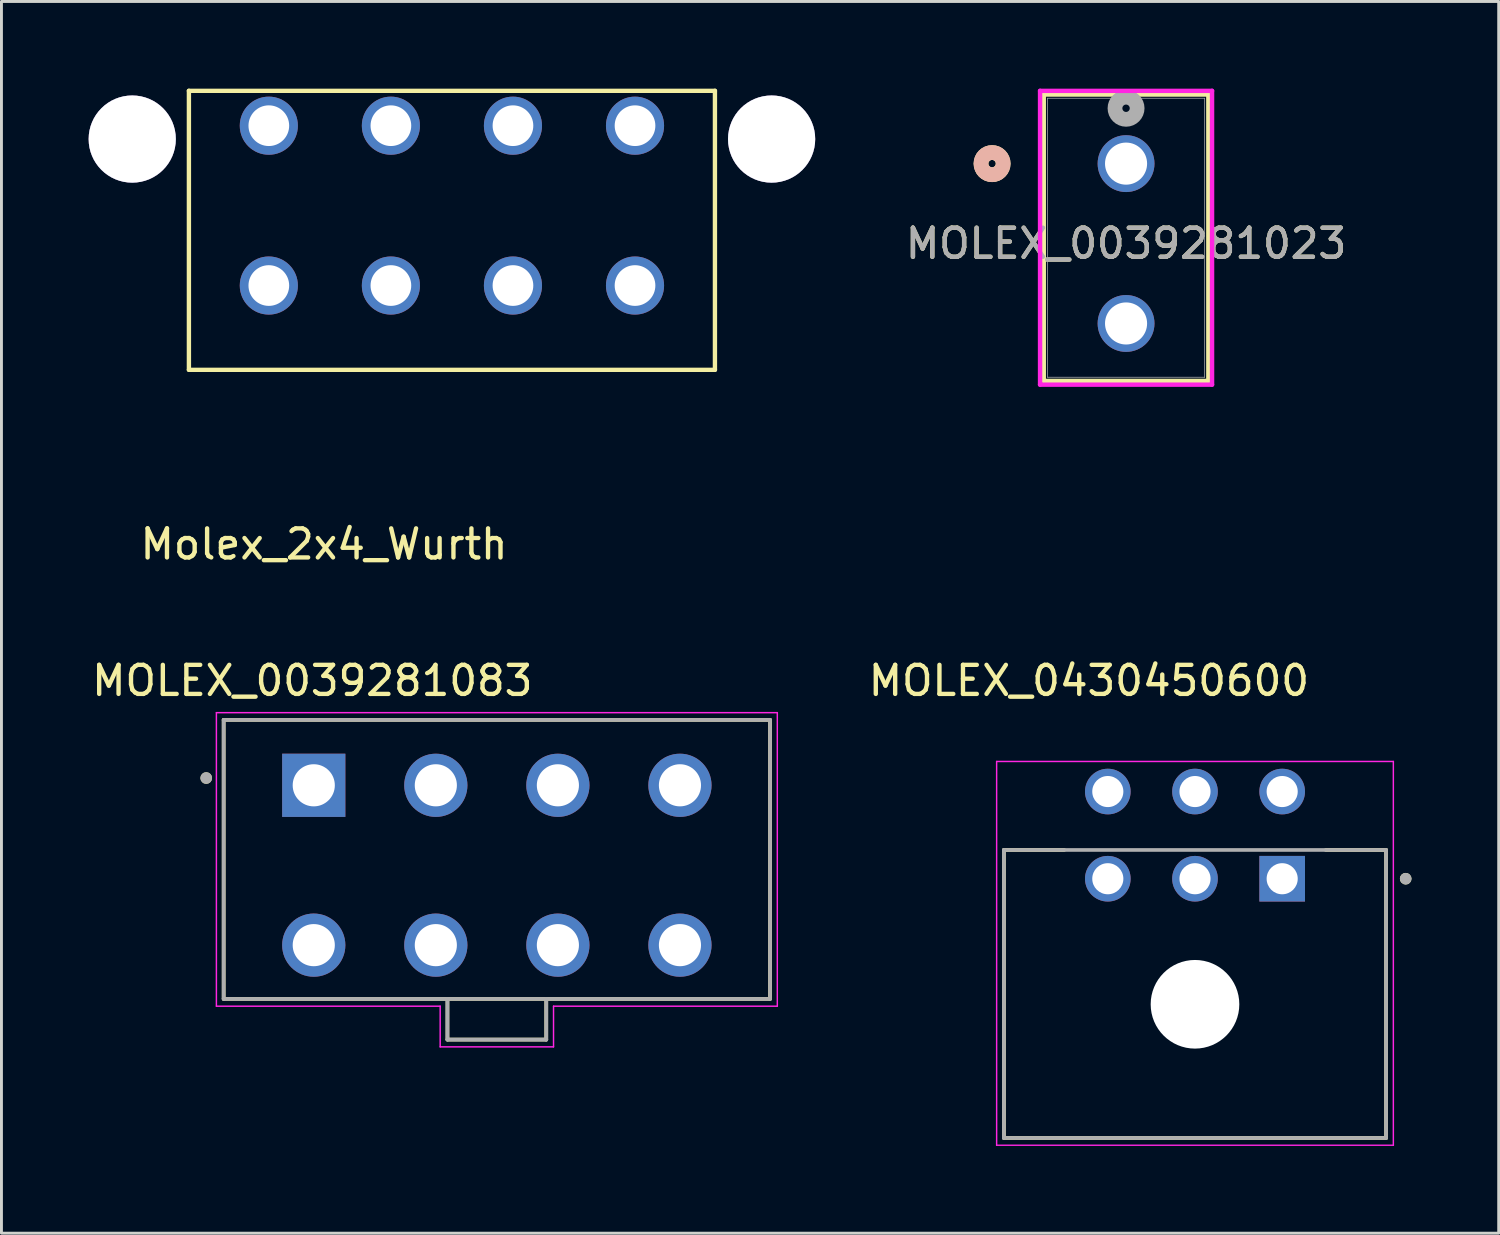
<source format=kicad_pcb>
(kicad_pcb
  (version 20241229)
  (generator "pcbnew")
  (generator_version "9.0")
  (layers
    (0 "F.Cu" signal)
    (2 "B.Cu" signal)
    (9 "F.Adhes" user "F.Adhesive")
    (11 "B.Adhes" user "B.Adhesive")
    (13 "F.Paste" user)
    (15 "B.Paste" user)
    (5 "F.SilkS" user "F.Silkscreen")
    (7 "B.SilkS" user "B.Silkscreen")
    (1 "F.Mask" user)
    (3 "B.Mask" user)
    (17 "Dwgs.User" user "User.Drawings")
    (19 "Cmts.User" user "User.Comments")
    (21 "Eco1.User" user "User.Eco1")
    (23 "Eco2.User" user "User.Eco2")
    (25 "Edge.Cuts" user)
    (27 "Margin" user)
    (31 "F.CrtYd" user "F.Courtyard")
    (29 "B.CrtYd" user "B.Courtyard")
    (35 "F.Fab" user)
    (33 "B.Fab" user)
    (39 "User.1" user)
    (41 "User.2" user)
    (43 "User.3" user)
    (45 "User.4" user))
  (footprint "MOLEX_0430450600"
    (layer "F.Cu")
    (at 38.068 31.506)
    (property "Reference" "MOLEX_0430450600" (at -3.65 -11.135 0) (layer "F.SilkS") (effects (font (size 1 1) (thickness 0.15))))
    (attr through_hole)
    (fp_line (start -6.575 -5.31) (end -6.575 4.6) (stroke (width 0.127) (type solid)) (layer "F.SilkS"))
    (fp_line (start -6.575 4.6) (end 6.575 4.6) (stroke (width 0.127) (type solid)) (layer "F.SilkS"))
    (fp_line (start -4.5 -5.31) (end -6.575 -5.31) (stroke (width 0.127) (type solid)) (layer "F.SilkS"))
    (fp_line (start 6.575 -5.31) (end 4.5 -5.31) (stroke (width 0.127) (type solid)) (layer "F.SilkS"))
    (fp_line (start 6.575 4.6) (end 6.575 -5.31) (stroke (width 0.127) (type solid)) (layer "F.SilkS"))
    (fp_circle (center 7.25 -4.32) (end 7.35 -4.32) (stroke (width 0.2) (type solid)) (fill no) (layer "F.SilkS"))
    (fp_line (start -6.825 -8.355) (end 6.825 -8.355) (stroke (width 0.05) (type solid)) (layer "F.CrtYd"))
    (fp_line (start -6.825 4.85) (end -6.825 -8.355) (stroke (width 0.05) (type solid)) (layer "F.CrtYd"))
    (fp_line (start 6.825 -8.355) (end 6.825 4.85) (stroke (width 0.05) (type solid)) (layer "F.CrtYd"))
    (fp_line (start 6.825 4.85) (end -6.825 4.85) (stroke (width 0.05) (type solid)) (layer "F.CrtYd"))
    (fp_line (start -6.575 -5.31) (end -6.575 4.6) (stroke (width 0.127) (type solid)) (layer "F.Fab"))
    (fp_line (start -6.575 4.6) (end 6.575 4.6) (stroke (width 0.127) (type solid)) (layer "F.Fab"))
    (fp_line (start 6.575 -5.31) (end -6.575 -5.31) (stroke (width 0.127) (type solid)) (layer "F.Fab"))
    (fp_line (start 6.575 4.6) (end 6.575 -5.31) (stroke (width 0.127) (type solid)) (layer "F.Fab"))
    (fp_circle (center 7.25 -4.32) (end 7.35 -4.32) (stroke (width 0.2) (type solid)) (fill no) (layer "F.Fab"))
    (pad "" np_thru_hole circle (at 0 0) (size 3.05 3.05) (drill 3.05) (layers "*.Cu" "*.Mask"))
    (pad "1" thru_hole rect (at 3 -4.32) (size 1.57 1.57) (drill 1.07) (layers "*.Cu" "*.Mask"))
    (pad "2" thru_hole circle (at 0 -4.32) (size 1.57 1.57) (drill 1.07) (layers "*.Cu" "*.Mask"))
    (pad "3" thru_hole circle (at -3 -4.32) (size 1.57 1.57) (drill 1.07) (layers "*.Cu" "*.Mask"))
    (pad "4" thru_hole circle (at 3 -7.32) (size 1.57 1.57) (drill 1.07) (layers "*.Cu" "*.Mask"))
    (pad "5" thru_hole circle (at 0 -7.32) (size 1.57 1.57) (drill 1.07) (layers "*.Cu" "*.Mask"))
    (pad "6" thru_hole circle (at -3 -7.32) (size 1.57 1.57) (drill 1.07) (layers "*.Cu" "*.Mask")))
  (footprint "MOLEX_0039281023"
    (layer "F.Cu")
    (at 35.696 2.58)
    (property "Reference" "MOLEX_0039281023" (at 0 2.75 0) (unlocked yes) (layer "F.SilkS") (effects (font (size 1 1) (thickness 0.15))))
    (attr through_hole)
    (fp_line (start -2.832 -2.377) (end -2.832 7.478) (stroke (width 0.152) (type solid)) (layer "F.SilkS"))
    (fp_line (start -2.832 7.478) (end 2.832 7.478) (stroke (width 0.152) (type solid)) (layer "F.SilkS"))
    (fp_line (start 2.832 -2.377) (end -2.832 -2.377) (stroke (width 0.152) (type solid)) (layer "F.SilkS"))
    (fp_line (start 2.832 7.478) (end 2.832 -2.377) (stroke (width 0.152) (type solid)) (layer "F.SilkS"))
    (fp_circle (center -4.61 0) (end -4.229 0) (stroke (width 0.508) (type solid)) (fill no) (layer "F.SilkS"))
    (fp_circle (center -4.61 0) (end -4.229 0) (stroke (width 0.508) (type solid)) (fill no) (layer "B.SilkS"))
    (fp_line (start -2.959 -2.504) (end -2.959 7.605) (stroke (width 0.152) (type solid)) (layer "F.CrtYd"))
    (fp_line (start -2.959 7.605) (end 2.959 7.605) (stroke (width 0.152) (type solid)) (layer "F.CrtYd"))
    (fp_line (start 2.959 -2.504) (end -2.959 -2.504) (stroke (width 0.152) (type solid)) (layer "F.CrtYd"))
    (fp_line (start 2.959 7.605) (end 2.959 -2.504) (stroke (width 0.152) (type solid)) (layer "F.CrtYd"))
    (fp_line (start -2.705 -2.25) (end -2.705 7.351) (stroke (width 0.025) (type solid)) (layer "F.Fab"))
    (fp_line (start -2.705 7.351) (end 2.705 7.351) (stroke (width 0.025) (type solid)) (layer "F.Fab"))
    (fp_line (start 2.705 -2.25) (end -2.705 -2.25) (stroke (width 0.025) (type solid)) (layer "F.Fab"))
    (fp_line (start 2.705 7.351) (end 2.705 -2.25) (stroke (width 0.025) (type solid)) (layer "F.Fab"))
    (fp_circle (center 0 -1.905) (end 0.381 -1.905) (stroke (width 0.508) (type solid)) (fill no) (layer "F.Fab"))
    (fp_text user "${REFERENCE}" (at 0 2.75 0) (unlocked yes) (layer "F.Fab") (effects (font (size 1 1) (thickness 0.15))))
    (pad "1" thru_hole circle (at 0 0) (size 1.956 1.956) (drill 1.448) (layers "*.Cu" "*.Mask"))
    (pad "2" thru_hole circle (at 0 5.5) (size 1.956 1.956) (drill 1.448) (layers "*.Cu" "*.Mask")))
  (footprint "MOLEX_0039281083"
    (layer "F.Cu")
    (at 14.046 26.721)
    (property "Reference" "MOLEX_0039281083" (at -6.35 -6.35 0) (layer "F.SilkS") (effects (font (size 1 1) (thickness 0.15))))
    (attr through_hole)
    (fp_line (start -9.4 -5) (end -9.4 4.6) (stroke (width 0.127) (type solid)) (layer "F.SilkS"))
    (fp_line (start -9.4 4.6) (end -1.7 4.6) (stroke (width 0.127) (type solid)) (layer "F.SilkS"))
    (fp_line (start -1.7 4.6) (end 1.7 4.6) (stroke (width 0.127) (type solid)) (layer "F.SilkS"))
    (fp_line (start -1.7 6) (end -1.7 4.6) (stroke (width 0.127) (type solid)) (layer "F.SilkS"))
    (fp_line (start -1.7 6) (end 1.7 6) (stroke (width 0.127) (type solid)) (layer "F.SilkS"))
    (fp_line (start 1.7 4.6) (end 9.4 4.6) (stroke (width 0.127) (type solid)) (layer "F.SilkS"))
    (fp_line (start 1.7 6) (end 1.7 4.6) (stroke (width 0.127) (type solid)) (layer "F.SilkS"))
    (fp_line (start 9.4 -5) (end -9.4 -5) (stroke (width 0.127) (type solid)) (layer "F.SilkS"))
    (fp_line (start 9.4 4.6) (end 9.4 -5) (stroke (width 0.127) (type solid)) (layer "F.SilkS"))
    (fp_circle (center -10 -3) (end -9.9 -3) (stroke (width 0.2) (type solid)) (fill no) (layer "F.SilkS"))
    (fp_line (start -9.65 -5.25) (end -9.65 4.85) (stroke (width 0.05) (type solid)) (layer "F.CrtYd"))
    (fp_line (start -9.65 4.85) (end -1.95 4.85) (stroke (width 0.05) (type solid)) (layer "F.CrtYd"))
    (fp_line (start -1.95 6.25) (end -1.95 4.85) (stroke (width 0.05) (type solid)) (layer "F.CrtYd"))
    (fp_line (start -1.95 6.25) (end 1.95 6.25) (stroke (width 0.05) (type solid)) (layer "F.CrtYd"))
    (fp_line (start 1.95 4.85) (end 9.65 4.85) (stroke (width 0.05) (type solid)) (layer "F.CrtYd"))
    (fp_line (start 1.95 6.25) (end 1.95 4.85) (stroke (width 0.05) (type solid)) (layer "F.CrtYd"))
    (fp_line (start 9.65 -5.25) (end -9.65 -5.25) (stroke (width 0.05) (type solid)) (layer "F.CrtYd"))
    (fp_line (start 9.65 4.85) (end 9.65 -5.25) (stroke (width 0.05) (type solid)) (layer "F.CrtYd"))
    (fp_line (start -9.4 -5) (end -9.4 4.6) (stroke (width 0.127) (type solid)) (layer "F.Fab"))
    (fp_line (start -9.4 4.6) (end -1.7 4.6) (stroke (width 0.127) (type solid)) (layer "F.Fab"))
    (fp_line (start -1.7 4.6) (end 1.7 4.6) (stroke (width 0.127) (type solid)) (layer "F.Fab"))
    (fp_line (start -1.7 6) (end -1.7 4.6) (stroke (width 0.127) (type solid)) (layer "F.Fab"))
    (fp_line (start -1.7 6) (end 1.7 6) (stroke (width 0.127) (type solid)) (layer "F.Fab"))
    (fp_line (start 1.7 4.6) (end 9.4 4.6) (stroke (width 0.127) (type solid)) (layer "F.Fab"))
    (fp_line (start 1.7 6) (end 1.7 4.6) (stroke (width 0.127) (type solid)) (layer "F.Fab"))
    (fp_line (start 9.4 -5) (end -9.4 -5) (stroke (width 0.127) (type solid)) (layer "F.Fab"))
    (fp_line (start 9.4 4.6) (end 9.4 -5) (stroke (width 0.127) (type solid)) (layer "F.Fab"))
    (fp_circle (center -10 -3) (end -9.9 -3) (stroke (width 0.2) (type solid)) (fill no) (layer "F.Fab"))
    (pad "1" thru_hole rect (at -6.3 -2.75) (size 2.175 2.175) (drill 1.45) (layers "*.Cu" "*.Mask"))
    (pad "2" thru_hole circle (at -2.1 -2.75) (size 2.175 2.175) (drill 1.45) (layers "*.Cu" "*.Mask"))
    (pad "3" thru_hole circle (at 2.1 -2.75) (size 2.175 2.175) (drill 1.45) (layers "*.Cu" "*.Mask"))
    (pad "4" thru_hole circle (at 6.3 -2.75) (size 2.175 2.175) (drill 1.45) (layers "*.Cu" "*.Mask"))
    (pad "5" thru_hole circle (at -6.3 2.75) (size 2.175 2.175) (drill 1.45) (layers "*.Cu" "*.Mask"))
    (pad "6" thru_hole circle (at -2.1 2.75) (size 2.175 2.175) (drill 1.45) (layers "*.Cu" "*.Mask"))
    (pad "7" thru_hole circle (at 2.1 2.75) (size 2.175 2.175) (drill 1.45) (layers "*.Cu" "*.Mask"))
    (pad "8" thru_hole circle (at 6.3 2.75) (size 2.175 2.175) (drill 1.45) (layers "*.Cu" "*.Mask")))
  (footprint "Molex_2x4_Wurth"
    (layer "F.Cu")
    (at 1.5 1.275)
    (property "Reference" "Molex_2x4_Wurth" (at 6.6 14.4 0) (layer "F.SilkS") (effects (font (size 1 1) (thickness 0.15))))
    (attr through_hole)
    (fp_line (start 1.95 -1.2) (end 20.05 -1.2) (stroke (width 0.15) (type solid)) (layer "F.SilkS"))
    (fp_line (start 1.95 8.4) (end 1.95 -1.2) (stroke (width 0.15) (type solid)) (layer "F.SilkS"))
    (fp_line (start 20.05 -1.2) (end 20.05 8.4) (stroke (width 0.15) (type solid)) (layer "F.SilkS"))
    (fp_line (start 20.05 8.4) (end 1.95 8.4) (stroke (width 0.15) (type solid)) (layer "F.SilkS"))
    (pad "" thru_hole circle (at 0 0.46) (size 3 3) (drill 3) (layers "*.Cu" "*.Mask"))
    (pad "" thru_hole circle (at 22 0.46) (size 3 3) (drill 3) (layers "*.Cu" "*.Mask"))
    (pad "1" thru_hole circle (at 4.7 0) (size 2 2) (drill 1.4) (layers "*.Cu" "*.Mask"))
    (pad "2" thru_hole circle (at 8.9 0) (size 2 2) (drill 1.4) (layers "*.Cu" "*.Mask"))
    (pad "3" thru_hole circle (at 13.1 0) (size 2 2) (drill 1.4) (layers "*.Cu" "*.Mask"))
    (pad "4" thru_hole circle (at 17.3 0) (size 2 2) (drill 1.4) (layers "*.Cu" "*.Mask"))
    (pad "5" thru_hole circle (at 4.7 5.5) (size 2 2) (drill 1.4) (layers "*.Cu" "*.Mask"))
    (pad "6" thru_hole circle (at 8.9 5.5) (size 2 2) (drill 1.4) (layers "*.Cu" "*.Mask"))
    (pad "7" thru_hole circle (at 13.1 5.5) (size 2 2) (drill 1.4) (layers "*.Cu" "*.Mask"))
    (pad "8" thru_hole circle (at 17.3 5.5) (size 2 2) (drill 1.4) (layers "*.Cu" "*.Mask")))
  (gr_rect
    (start -3 -3)
    (end 48.518 39.382)
    (stroke (width 0.1) (type default))
    (fill no)
    (layer "Edge.Cuts")))
</source>
